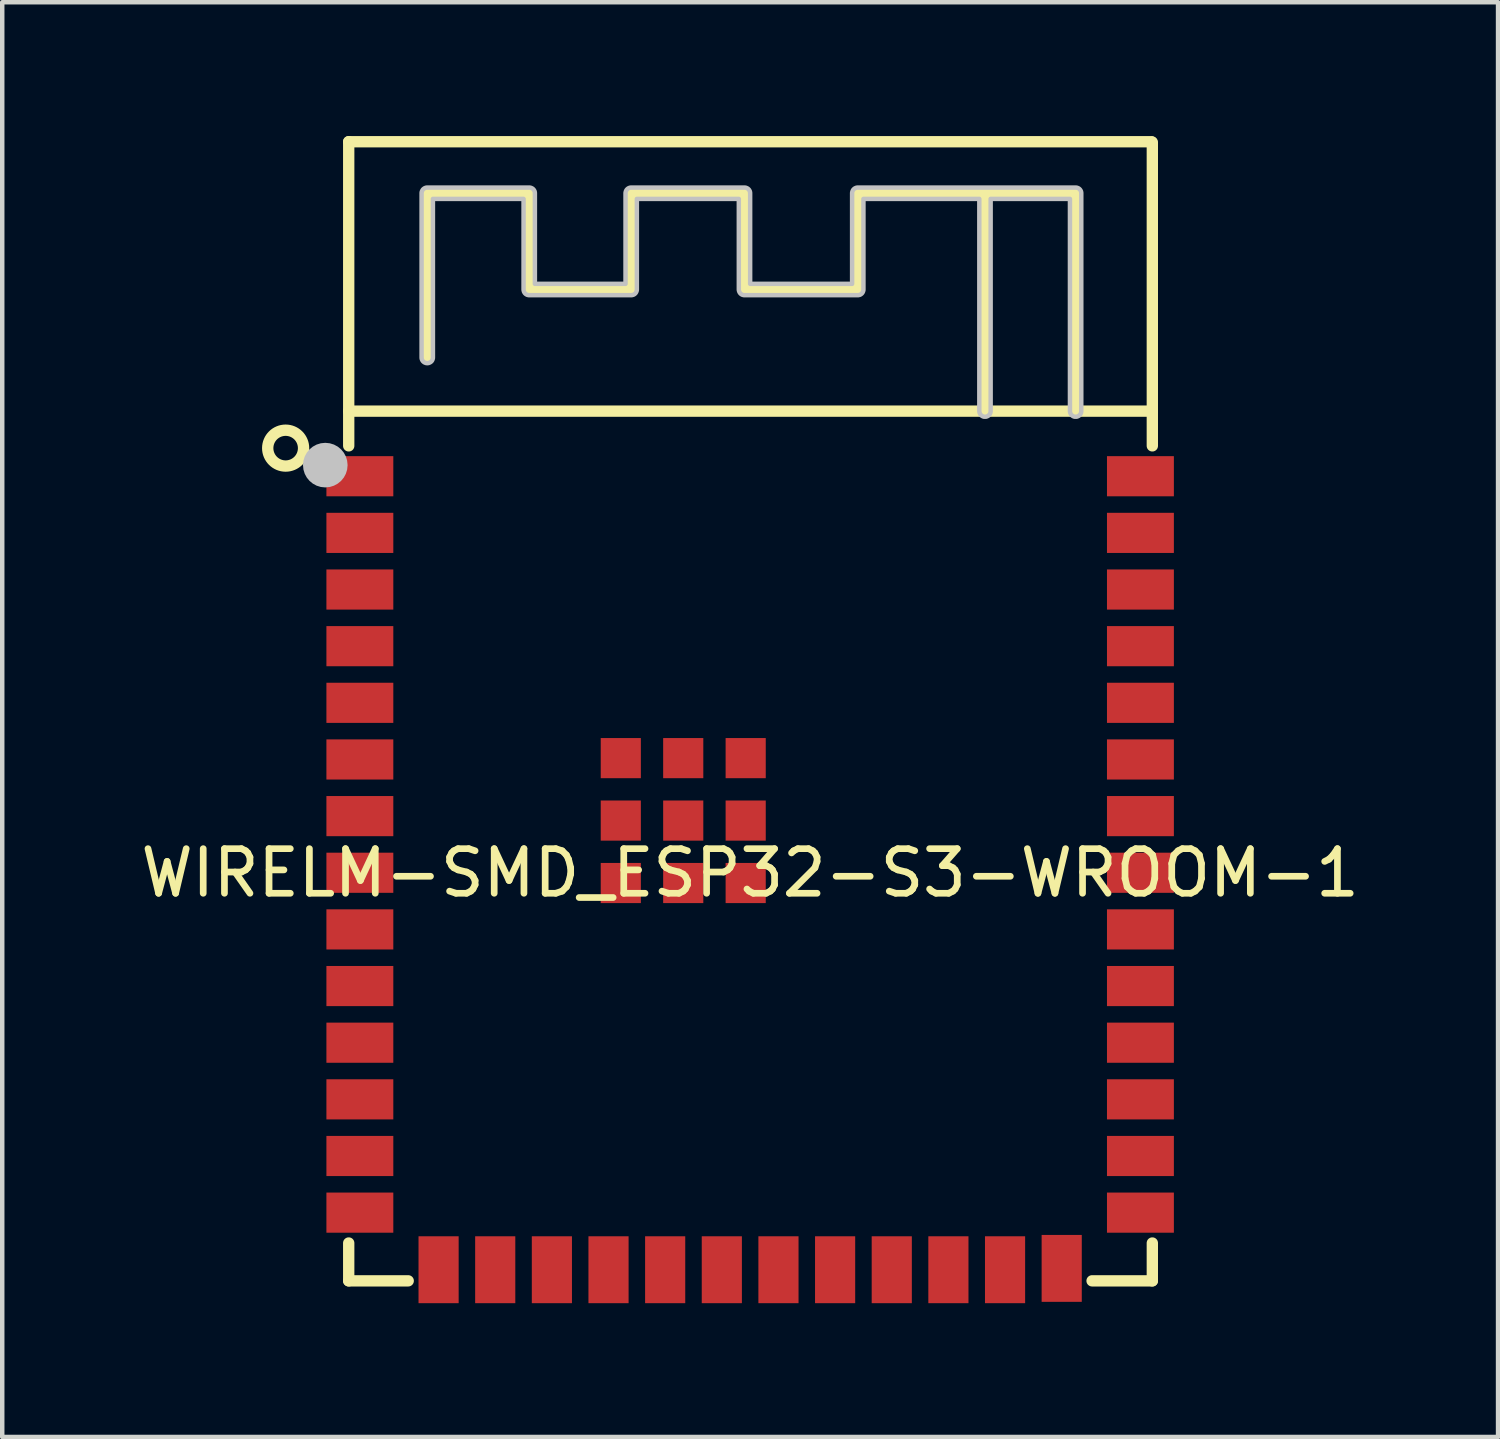
<source format=kicad_pcb>
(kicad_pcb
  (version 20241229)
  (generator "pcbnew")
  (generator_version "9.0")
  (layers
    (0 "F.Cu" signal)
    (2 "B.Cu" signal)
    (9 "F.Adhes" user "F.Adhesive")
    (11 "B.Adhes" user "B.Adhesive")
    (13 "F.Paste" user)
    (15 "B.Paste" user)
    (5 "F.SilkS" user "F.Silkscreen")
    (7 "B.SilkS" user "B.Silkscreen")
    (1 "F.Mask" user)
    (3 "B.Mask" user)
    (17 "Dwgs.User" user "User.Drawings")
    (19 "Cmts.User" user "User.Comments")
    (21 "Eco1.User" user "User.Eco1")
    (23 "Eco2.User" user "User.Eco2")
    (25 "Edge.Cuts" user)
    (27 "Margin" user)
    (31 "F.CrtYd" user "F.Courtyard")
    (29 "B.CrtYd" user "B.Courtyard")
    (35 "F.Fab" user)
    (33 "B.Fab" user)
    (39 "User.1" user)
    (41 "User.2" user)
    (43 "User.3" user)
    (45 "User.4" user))
  (footprint "WIRELM-SMD_ESP32-S3-WROOM-1"
    (layer "F.Cu")
    (at 13.768 16.522)
    (property "Reference" "WIRELM-SMD_ESP32-S3-WROOM-1" (at 0 0 0) (layer "F.SilkS") (effects (font (size 1 1) (thickness 0.15))))
    (fp_line (start -9 -16.395) (end -9 -9.576) (stroke (width 0.254) (type default)) (layer "F.SilkS"))
    (fp_line (start -9 -10.355) (end 9.017 -10.355) (stroke (width 0.254) (type default)) (layer "F.SilkS"))
    (fp_line (start -9 8.296) (end -9 9.144) (stroke (width 0.254) (type default)) (layer "F.SilkS"))
    (fp_line (start -9 9.144) (end -7.666 9.144) (stroke (width 0.254) (type default)) (layer "F.SilkS"))
    (fp_line (start -7.239 -15.24) (end -7.239 -11.557) (stroke (width 0.254) (type default)) (layer "F.SilkS"))
    (fp_line (start -4.953 -15.24) (end -7.239 -15.24) (stroke (width 0.254) (type default)) (layer "F.SilkS"))
    (fp_line (start -4.953 -13.081) (end -4.953 -15.24) (stroke (width 0.254) (type default)) (layer "F.SilkS"))
    (fp_line (start -2.667 -15.24) (end -2.667 -13.081) (stroke (width 0.254) (type default)) (layer "F.SilkS"))
    (fp_line (start -2.667 -13.081) (end -4.953 -13.081) (stroke (width 0.254) (type default)) (layer "F.SilkS"))
    (fp_line (start -0.127 -15.24) (end -2.667 -15.24) (stroke (width 0.254) (type default)) (layer "F.SilkS"))
    (fp_line (start -0.127 -13.081) (end -0.127 -15.24) (stroke (width 0.254) (type default)) (layer "F.SilkS"))
    (fp_line (start 2.413 -15.24) (end 2.413 -13.081) (stroke (width 0.254) (type default)) (layer "F.SilkS"))
    (fp_line (start 2.413 -13.081) (end -0.127 -13.081) (stroke (width 0.254) (type default)) (layer "F.SilkS"))
    (fp_line (start 5.265 -15.24) (end 2.413 -15.24) (stroke (width 0.254) (type default)) (layer "F.SilkS"))
    (fp_line (start 5.265 -10.355) (end 5.265 -15.24) (stroke (width 0.254) (type default)) (layer "F.SilkS"))
    (fp_line (start 7.297 -15.24) (end 5.062 -15.24) (stroke (width 0.254) (type default)) (layer "F.SilkS"))
    (fp_line (start 7.297 -10.355) (end 7.297 -15.24) (stroke (width 0.254) (type default)) (layer "F.SilkS"))
    (fp_line (start 7.666 9.144) (end 9.017 9.144) (stroke (width 0.254) (type default)) (layer "F.SilkS"))
    (fp_line (start 9 -16.395) (end -9 -16.395) (stroke (width 0.254) (type default)) (layer "F.SilkS"))
    (fp_line (start 9.017 -9.576) (end 9.017 -16.383) (stroke (width 0.254) (type default)) (layer "F.SilkS"))
    (fp_line (start 9.017 9.144) (end 9.017 8.296) (stroke (width 0.254) (type default)) (layer "F.SilkS"))
    (fp_circle (center -10.414 -9.525) (end -10.012 -9.525) (stroke (width 0.254) (type default)) (fill no) (layer "F.SilkS"))
    (fp_circle (center -9.525 -9.144) (end -9.275 -9.144) (stroke (width 0.5) (type default)) (fill no) (layer "Dwgs.User"))
    (fp_poly (pts (xy -7.239 -15.367) (xy -7.255 -15.366) (xy -7.272 -15.363) (xy -7.287 -15.357) (xy -7.303 -15.35) (xy -7.316 -15.341) (xy -7.329 -15.33) (xy -7.34 -15.318) (xy -7.349 -15.303) (xy -7.356 -15.289) (xy -7.362 -15.273) (xy -7.365 -15.257) (xy -7.366 -15.24) (xy -7.366 -11.557) (xy -7.365 -11.54) (xy -7.362 -11.524) (xy -7.356 -11.508) (xy -7.349 -11.493) (xy -7.34 -11.479) (xy -7.329 -11.467) (xy -7.316 -11.456) (xy -7.303 -11.447) (xy -7.287 -11.44) (xy -7.272 -11.434) (xy -7.255 -11.431) (xy -7.239 -11.43) (xy -7.223 -11.431) (xy -7.206 -11.434) (xy -7.191 -11.44) (xy -7.176 -11.447) (xy -7.162 -11.456) (xy -7.149 -11.467) (xy -7.138 -11.479) (xy -7.129 -11.493) (xy -7.122 -11.508) (xy -7.117 -11.524) (xy -7.113 -11.54) (xy -7.112 -11.557) (xy -7.112 -15.113) (xy -5.08 -15.113) (xy -5.08 -13.081) (xy -5.079 -13.065) (xy -5.075 -13.048) (xy -5.071 -13.033) (xy -5.063 -13.018) (xy -5.054 -13.004) (xy -5.043 -12.991) (xy -5.03 -12.98) (xy -5.016 -12.971) (xy -5.002 -12.963) (xy -4.986 -12.959) (xy -4.97 -12.955) (xy -4.953 -12.954) (xy -2.667 -12.954) (xy -2.651 -12.955) (xy -2.634 -12.959) (xy -2.619 -12.963) (xy -2.603 -12.971) (xy -2.59 -12.98) (xy -2.577 -12.991) (xy -2.566 -13.004) (xy -2.557 -13.018) (xy -2.55 -13.033) (xy -2.545 -13.048) (xy -2.541 -13.065) (xy -2.54 -13.081) (xy -2.54 -15.113) (xy -0.254 -15.113) (xy -0.254 -13.081) (xy -0.253 -13.065) (xy -0.249 -13.048) (xy -0.244 -13.033) (xy -0.237 -13.018) (xy -0.228 -13.004) (xy -0.217 -12.991) (xy -0.204 -12.98) (xy -0.191 -12.971) (xy -0.175 -12.963) (xy -0.16 -12.959) (xy -0.143 -12.955) (xy -0.127 -12.954) (xy 2.413 -12.954) (xy 2.429 -12.955) (xy 2.446 -12.959) (xy 2.462 -12.963) (xy 2.477 -12.971) (xy 2.49 -12.98) (xy 2.503 -12.991) (xy 2.514 -13.004) (xy 2.523 -13.018) (xy 2.53 -13.033) (xy 2.535 -13.048) (xy 2.539 -13.065) (xy 2.54 -13.081) (xy 2.54 -15.113) (xy 5.062 -15.113) (xy 5.138 -15.113) (xy 5.138 -10.355) (xy 5.139 -10.339) (xy 5.143 -10.322) (xy 5.148 -10.307) (xy 5.155 -10.292) (xy 5.165 -10.278) (xy 5.176 -10.265) (xy 5.188 -10.255) (xy 5.202 -10.245) (xy 5.216 -10.238) (xy 5.232 -10.232) (xy 5.248 -10.229) (xy 5.265 -10.229) (xy 5.282 -10.229) (xy 5.298 -10.232) (xy 5.314 -10.238) (xy 5.329 -10.245) (xy 5.343 -10.255) (xy 5.355 -10.265) (xy 5.366 -10.278) (xy 5.375 -10.292) (xy 5.383 -10.307) (xy 5.388 -10.322) (xy 5.391 -10.339) (xy 5.392 -10.355) (xy 5.392 -15.113) (xy 7.17 -15.113) (xy 7.17 -10.355) (xy 7.171 -10.339) (xy 7.175 -10.322) (xy 7.18 -10.307) (xy 7.187 -10.292) (xy 7.197 -10.278) (xy 7.207 -10.265) (xy 7.22 -10.255) (xy 7.234 -10.245) (xy 7.248 -10.238) (xy 7.264 -10.232) (xy 7.28 -10.229) (xy 7.297 -10.229) (xy 7.314 -10.229) (xy 7.33 -10.232) (xy 7.346 -10.238) (xy 7.361 -10.245) (xy 7.375 -10.255) (xy 7.387 -10.265) (xy 7.398 -10.278) (xy 7.407 -10.292) (xy 7.415 -10.307) (xy 7.42 -10.322) (xy 7.423 -10.339) (xy 7.424 -10.355) (xy 7.424 -15.24) (xy 7.423 -15.257) (xy 7.42 -15.273) (xy 7.415 -15.289) (xy 7.407 -15.303) (xy 7.398 -15.318) (xy 7.387 -15.33) (xy 7.375 -15.341) (xy 7.361 -15.35) (xy 7.346 -15.357) (xy 7.33 -15.363) (xy 7.314 -15.366) (xy 7.297 -15.367) (xy 5.265 -15.367) (xy 5.062 -15.367) (xy 2.413 -15.367) (xy 2.397 -15.366) (xy 2.38 -15.363) (xy 2.365 -15.357) (xy 2.349 -15.35) (xy 2.336 -15.341) (xy 2.323 -15.33) (xy 2.312 -15.318) (xy 2.303 -15.303) (xy 2.296 -15.289) (xy 2.291 -15.273) (xy 2.287 -15.257) (xy 2.286 -15.24) (xy 2.286 -13.208) (xy 0 -13.208) (xy 0 -15.24) (xy -0.001 -15.257) (xy -0.004 -15.273) (xy -0.009 -15.289) (xy -0.017 -15.303) (xy -0.026 -15.318) (xy -0.037 -15.33) (xy -0.05 -15.341) (xy -0.064 -15.35) (xy -0.079 -15.357) (xy -0.094 -15.363) (xy -0.111 -15.366) (xy -0.127 -15.367) (xy -2.667 -15.367) (xy -2.683 -15.366) (xy -2.7 -15.363) (xy -2.716 -15.357) (xy -2.731 -15.35) (xy -2.744 -15.341) (xy -2.757 -15.33) (xy -2.768 -15.318) (xy -2.777 -15.303) (xy -2.784 -15.289) (xy -2.789 -15.273) (xy -2.793 -15.257) (xy -2.794 -15.24) (xy -2.794 -13.208) (xy -4.826 -13.208) (xy -4.826 -15.24) (xy -4.827 -15.257) (xy -4.83 -15.273) (xy -4.835 -15.289) (xy -4.843 -15.303) (xy -4.852 -15.318) (xy -4.863 -15.33) (xy -4.875 -15.341) (xy -4.889 -15.35) (xy -4.904 -15.357) (xy -4.92 -15.363) (xy -4.936 -15.366) (xy -4.953 -15.367)) (stroke (width 0.1) (type default)) (fill no) (layer "Dwgs.User"))
    (fp_poly (pts (xy -9 -9.345) (xy -8.1 -9.345) (xy -8.1 -8.445) (xy -9 -8.445)) (stroke (width 0.1) (type default)) (fill no) (layer "User.1"))
    (fp_poly (pts (xy -9 -8.075) (xy -8.1 -8.075) (xy -8.1 -7.175) (xy -9 -7.175)) (stroke (width 0.1) (type default)) (fill no) (layer "User.1"))
    (fp_poly (pts (xy -9 -6.805) (xy -8.1 -6.805) (xy -8.1 -5.905) (xy -9 -5.905)) (stroke (width 0.1) (type default)) (fill no) (layer "User.1"))
    (fp_poly (pts (xy -9 -5.535) (xy -8.1 -5.535) (xy -8.1 -4.635) (xy -9 -4.635)) (stroke (width 0.1) (type default)) (fill no) (layer "User.1"))
    (fp_poly (pts (xy -9 -4.265) (xy -8.1 -4.265) (xy -8.1 -3.365) (xy -9 -3.365)) (stroke (width 0.1) (type default)) (fill no) (layer "User.1"))
    (fp_poly (pts (xy -9 -2.995) (xy -8.1 -2.995) (xy -8.1 -2.095) (xy -9 -2.095)) (stroke (width 0.1) (type default)) (fill no) (layer "User.1"))
    (fp_poly (pts (xy -9 -1.725) (xy -8.1 -1.725) (xy -8.1 -0.825) (xy -9 -0.825)) (stroke (width 0.1) (type default)) (fill no) (layer "User.1"))
    (fp_poly (pts (xy -9 -0.455) (xy -8.1 -0.455) (xy -8.1 0.445) (xy -9 0.445)) (stroke (width 0.1) (type default)) (fill no) (layer "User.1"))
    (fp_poly (pts (xy -9 0.815) (xy -8.1 0.815) (xy -8.1 1.715) (xy -9 1.715)) (stroke (width 0.1) (type default)) (fill no) (layer "User.1"))
    (fp_poly (pts (xy -9 2.085) (xy -8.1 2.085) (xy -8.1 2.985) (xy -9 2.985)) (stroke (width 0.1) (type default)) (fill no) (layer "User.1"))
    (fp_poly (pts (xy -9 3.355) (xy -8.1 3.355) (xy -8.1 4.255) (xy -9 4.255)) (stroke (width 0.1) (type default)) (fill no) (layer "User.1"))
    (fp_poly (pts (xy -9 4.625) (xy -8.1 4.625) (xy -8.1 5.525) (xy -9 5.525)) (stroke (width 0.1) (type default)) (fill no) (layer "User.1"))
    (fp_poly (pts (xy -9 5.895) (xy -8.1 5.895) (xy -8.1 6.795) (xy -9 6.795)) (stroke (width 0.1) (type default)) (fill no) (layer "User.1"))
    (fp_poly (pts (xy -9 7.165) (xy -8.1 7.165) (xy -8.1 8.065) (xy -9 8.065)) (stroke (width 0.1) (type default)) (fill no) (layer "User.1"))
    (fp_poly (pts (xy -6.535 8.205) (xy -6.535 9.105) (xy -7.435 9.105) (xy -7.435 8.205)) (stroke (width 0.1) (type default)) (fill no) (layer "User.1"))
    (fp_poly (pts (xy -5.265 8.205) (xy -5.265 9.105) (xy -6.165 9.105) (xy -6.165 8.205)) (stroke (width 0.1) (type default)) (fill no) (layer "User.1"))
    (fp_poly (pts (xy -3.995 8.205) (xy -3.995 9.105) (xy -4.895 9.105) (xy -4.895 8.205)) (stroke (width 0.1) (type default)) (fill no) (layer "User.1"))
    (fp_poly (pts (xy -3.35 -2.125) (xy -3.35 -3.025) (xy -2.45 -3.025) (xy -2.45 -2.125)) (stroke (width 0.1) (type default)) (fill no) (layer "User.1"))
    (fp_poly (pts (xy -3.35 -0.725) (xy -3.35 -1.625) (xy -2.45 -1.625) (xy -2.45 -0.725)) (stroke (width 0.1) (type default)) (fill no) (layer "User.1"))
    (fp_poly (pts (xy -3.35 0.675) (xy -3.35 -0.225) (xy -2.45 -0.225) (xy -2.45 0.675)) (stroke (width 0.1) (type default)) (fill no) (layer "User.1"))
    (fp_poly (pts (xy -2.725 8.205) (xy -2.725 9.105) (xy -3.625 9.105) (xy -3.625 8.205)) (stroke (width 0.1) (type default)) (fill no) (layer "User.1"))
    (fp_poly (pts (xy -1.95 -2.125) (xy -1.95 -3.025) (xy -1.05 -3.025) (xy -1.05 -2.125)) (stroke (width 0.1) (type default)) (fill no) (layer "User.1"))
    (fp_poly (pts (xy -1.95 -0.725) (xy -1.95 -1.625) (xy -1.05 -1.625) (xy -1.05 -0.725)) (stroke (width 0.1) (type default)) (fill no) (layer "User.1"))
    (fp_poly (pts (xy -1.95 0.675) (xy -1.95 -0.225) (xy -1.05 -0.225) (xy -1.05 0.675)) (stroke (width 0.1) (type default)) (fill no) (layer "User.1"))
    (fp_poly (pts (xy -1.455 8.205) (xy -1.455 9.105) (xy -2.355 9.105) (xy -2.355 8.205)) (stroke (width 0.1) (type default)) (fill no) (layer "User.1"))
    (fp_poly (pts (xy -0.55 -2.125) (xy -0.55 -3.025) (xy 0.35 -3.025) (xy 0.35 -2.125)) (stroke (width 0.1) (type default)) (fill no) (layer "User.1"))
    (fp_poly (pts (xy -0.55 -0.725) (xy -0.55 -1.625) (xy 0.35 -1.625) (xy 0.35 -0.725)) (stroke (width 0.1) (type default)) (fill no) (layer "User.1"))
    (fp_poly (pts (xy -0.55 0.675) (xy -0.55 -0.225) (xy 0.35 -0.225) (xy 0.35 0.675)) (stroke (width 0.1) (type default)) (fill no) (layer "User.1"))
    (fp_poly (pts (xy -0.185 8.205) (xy -0.185 9.105) (xy -1.085 9.105) (xy -1.085 8.205)) (stroke (width 0.1) (type default)) (fill no) (layer "User.1"))
    (fp_poly (pts (xy 1.085 8.205) (xy 1.085 9.105) (xy 0.185 9.105) (xy 0.185 8.205)) (stroke (width 0.1) (type default)) (fill no) (layer "User.1"))
    (fp_poly (pts (xy 2.355 8.205) (xy 2.355 9.105) (xy 1.455 9.105) (xy 1.455 8.205)) (stroke (width 0.1) (type default)) (fill no) (layer "User.1"))
    (fp_poly (pts (xy 3.625 8.205) (xy 3.625 9.105) (xy 2.725 9.105) (xy 2.725 8.205)) (stroke (width 0.1) (type default)) (fill no) (layer "User.1"))
    (fp_poly (pts (xy 4.895 8.205) (xy 4.895 9.105) (xy 3.995 9.105) (xy 3.995 8.205)) (stroke (width 0.1) (type default)) (fill no) (layer "User.1"))
    (fp_poly (pts (xy 6.165 8.205) (xy 6.165 9.105) (xy 5.265 9.105) (xy 5.265 8.205)) (stroke (width 0.1) (type default)) (fill no) (layer "User.1"))
    (fp_poly (pts (xy 7.435 8.205) (xy 7.435 9.105) (xy 6.535 9.105) (xy 6.535 8.205)) (stroke (width 0.1) (type default)) (fill no) (layer "User.1"))
    (fp_poly (pts (xy 9 -8.445) (xy 8.1 -8.445) (xy 8.1 -9.345) (xy 9 -9.345)) (stroke (width 0.1) (type default)) (fill no) (layer "User.1"))
    (fp_poly (pts (xy 9 -7.175) (xy 8.1 -7.175) (xy 8.1 -8.075) (xy 9 -8.075)) (stroke (width 0.1) (type default)) (fill no) (layer "User.1"))
    (fp_poly (pts (xy 9 -5.905) (xy 8.1 -5.905) (xy 8.1 -6.805) (xy 9 -6.805)) (stroke (width 0.1) (type default)) (fill no) (layer "User.1"))
    (fp_poly (pts (xy 9 -4.635) (xy 8.1 -4.635) (xy 8.1 -5.535) (xy 9 -5.535)) (stroke (width 0.1) (type default)) (fill no) (layer "User.1"))
    (fp_poly (pts (xy 9 -3.365) (xy 8.1 -3.365) (xy 8.1 -4.265) (xy 9 -4.265)) (stroke (width 0.1) (type default)) (fill no) (layer "User.1"))
    (fp_poly (pts (xy 9 -2.095) (xy 8.1 -2.095) (xy 8.1 -2.995) (xy 9 -2.995)) (stroke (width 0.1) (type default)) (fill no) (layer "User.1"))
    (fp_poly (pts (xy 9 -0.825) (xy 8.1 -0.825) (xy 8.1 -1.725) (xy 9 -1.725)) (stroke (width 0.1) (type default)) (fill no) (layer "User.1"))
    (fp_poly (pts (xy 9 0.445) (xy 8.1 0.445) (xy 8.1 -0.455) (xy 9 -0.455)) (stroke (width 0.1) (type default)) (fill no) (layer "User.1"))
    (fp_poly (pts (xy 9 1.715) (xy 8.1 1.715) (xy 8.1 0.815) (xy 9 0.815)) (stroke (width 0.1) (type default)) (fill no) (layer "User.1"))
    (fp_poly (pts (xy 9 2.985) (xy 8.1 2.985) (xy 8.1 2.085) (xy 9 2.085)) (stroke (width 0.1) (type default)) (fill no) (layer "User.1"))
    (fp_poly (pts (xy 9 4.255) (xy 8.1 4.255) (xy 8.1 3.355) (xy 9 3.355)) (stroke (width 0.1) (type default)) (fill no) (layer "User.1"))
    (fp_poly (pts (xy 9 5.525) (xy 8.1 5.525) (xy 8.1 4.625) (xy 9 4.625)) (stroke (width 0.1) (type default)) (fill no) (layer "User.1"))
    (fp_poly (pts (xy 9 6.795) (xy 8.1 6.795) (xy 8.1 5.895) (xy 9 5.895)) (stroke (width 0.1) (type default)) (fill no) (layer "User.1"))
    (fp_poly (pts (xy 9 8.065) (xy 8.1 8.065) (xy 8.1 7.165) (xy 9 7.165)) (stroke (width 0.1) (type default)) (fill no) (layer "User.1"))
    (fp_line (start -9 -16.395) (end 9 -16.395) (stroke (width 0.051) (type default)) (layer "User.2"))
    (fp_line (start -9 9.105) (end -9 -16.395) (stroke (width 0.051) (type default)) (layer "User.2"))
    (fp_line (start 9 -16.395) (end 9 9.105) (stroke (width 0.051) (type default)) (layer "User.2"))
    (fp_line (start 9 9.105) (end -9 9.105) (stroke (width 0.051) (type default)) (layer "User.2"))
    (fp_poly (pts (xy -8.94 -16.395) (xy -8.958 -16.437) (xy -9 -16.455) (xy -9.042 -16.437) (xy -9.06 -16.395) (xy -9.042 -16.353) (xy -9 -16.335) (xy -8.958 -16.353)) (stroke (width 0.1) (type default)) (fill no) (layer "User.3"))
    (pad "1" smd rect (at -8.75 -8.895) (size 1.5 0.9) (layers "F.Cu" "F.Mask" "F.Paste"))
    (pad "2" smd rect (at -8.75 -7.625) (size 1.5 0.9) (layers "F.Cu" "F.Mask" "F.Paste"))
    (pad "3" smd rect (at -8.75 -6.355) (size 1.5 0.9) (layers "F.Cu" "F.Mask" "F.Paste"))
    (pad "4" smd rect (at -8.75 -5.085) (size 1.5 0.9) (layers "F.Cu" "F.Mask" "F.Paste"))
    (pad "5" smd rect (at -8.75 -3.815) (size 1.5 0.9) (layers "F.Cu" "F.Mask" "F.Paste"))
    (pad "6" smd rect (at -8.75 -2.545) (size 1.5 0.9) (layers "F.Cu" "F.Mask" "F.Paste"))
    (pad "7" smd rect (at -8.75 -1.275) (size 1.5 0.9) (layers "F.Cu" "F.Mask" "F.Paste"))
    (pad "8" smd rect (at -8.75 -0.005) (size 1.5 0.9) (layers "F.Cu" "F.Mask" "F.Paste"))
    (pad "9" smd rect (at -8.75 1.265) (size 1.5 0.9) (layers "F.Cu" "F.Mask" "F.Paste"))
    (pad "10" smd rect (at -8.75 2.535) (size 1.5 0.9) (layers "F.Cu" "F.Mask" "F.Paste"))
    (pad "11" smd rect (at -8.75 3.805) (size 1.5 0.9) (layers "F.Cu" "F.Mask" "F.Paste"))
    (pad "12" smd rect (at -8.75 5.075) (size 1.5 0.9) (layers "F.Cu" "F.Mask" "F.Paste"))
    (pad "13" smd rect (at -8.75 6.345) (size 1.5 0.9) (layers "F.Cu" "F.Mask" "F.Paste"))
    (pad "14" smd rect (at -8.75 7.615) (size 1.5 0.9) (layers "F.Cu" "F.Mask" "F.Paste"))
    (pad "15" smd rect (at -6.985 8.895 90) (size 1.5 0.9) (layers "F.Cu" "F.Mask" "F.Paste"))
    (pad "16" smd rect (at -5.715 8.895 90) (size 1.5 0.9) (layers "F.Cu" "F.Mask" "F.Paste"))
    (pad "17" smd rect (at -4.445 8.895 90) (size 1.5 0.9) (layers "F.Cu" "F.Mask" "F.Paste"))
    (pad "18" smd rect (at -3.175 8.895 90) (size 1.5 0.9) (layers "F.Cu" "F.Mask" "F.Paste"))
    (pad "19" smd rect (at -1.905 8.895 90) (size 1.5 0.9) (layers "F.Cu" "F.Mask" "F.Paste"))
    (pad "20" smd rect (at -0.635 8.895 90) (size 1.5 0.9) (layers "F.Cu" "F.Mask" "F.Paste"))
    (pad "21" smd rect (at 0.635 8.895 90) (size 1.5 0.9) (layers "F.Cu" "F.Mask" "F.Paste"))
    (pad "22" smd rect (at 1.905 8.895 90) (size 1.5 0.9) (layers "F.Cu" "F.Mask" "F.Paste"))
    (pad "23" smd rect (at 3.175 8.895 90) (size 1.5 0.9) (layers "F.Cu" "F.Mask" "F.Paste"))
    (pad "24" smd rect (at 4.445 8.895 90) (size 1.5 0.9) (layers "F.Cu" "F.Mask" "F.Paste"))
    (pad "25" smd rect (at 5.715 8.895 90) (size 1.5 0.9) (layers "F.Cu" "F.Mask" "F.Paste"))
    (pad "26" smd rect (at 6.985 8.865 90) (size 1.5 0.9) (layers "F.Cu" "F.Mask" "F.Paste"))
    (pad "27" smd rect (at 8.75 7.615 180) (size 1.5 0.9) (layers "F.Cu" "F.Mask" "F.Paste"))
    (pad "28" smd rect (at 8.75 6.345 180) (size 1.5 0.9) (layers "F.Cu" "F.Mask" "F.Paste"))
    (pad "29" smd rect (at 8.75 5.075 180) (size 1.5 0.9) (layers "F.Cu" "F.Mask" "F.Paste"))
    (pad "30" smd rect (at 8.75 3.805 180) (size 1.5 0.9) (layers "F.Cu" "F.Mask" "F.Paste"))
    (pad "31" smd rect (at 8.75 2.535 180) (size 1.5 0.9) (layers "F.Cu" "F.Mask" "F.Paste"))
    (pad "32" smd rect (at 8.75 1.265 180) (size 1.5 0.9) (layers "F.Cu" "F.Mask" "F.Paste"))
    (pad "33" smd rect (at 8.75 -0.005 180) (size 1.5 0.9) (layers "F.Cu" "F.Mask" "F.Paste"))
    (pad "34" smd rect (at 8.75 -1.275 180) (size 1.5 0.9) (layers "F.Cu" "F.Mask" "F.Paste"))
    (pad "35" smd rect (at 8.75 -2.545 180) (size 1.5 0.9) (layers "F.Cu" "F.Mask" "F.Paste"))
    (pad "36" smd rect (at 8.75 -3.815 180) (size 1.5 0.9) (layers "F.Cu" "F.Mask" "F.Paste"))
    (pad "37" smd rect (at 8.75 -5.085 180) (size 1.5 0.9) (layers "F.Cu" "F.Mask" "F.Paste"))
    (pad "38" smd rect (at 8.75 -6.355 180) (size 1.5 0.9) (layers "F.Cu" "F.Mask" "F.Paste"))
    (pad "39" smd rect (at 8.75 -7.625 180) (size 1.5 0.9) (layers "F.Cu" "F.Mask" "F.Paste"))
    (pad "40" smd rect (at 8.75 -8.895 180) (size 1.5 0.9) (layers "F.Cu" "F.Mask" "F.Paste"))
    (pad "41" smd rect (at -2.9 -2.575 90) (size 0.9 0.9) (layers "F.Cu" "F.Mask" "F.Paste"))
    (pad "41" smd rect (at -2.9 -1.175 90) (size 0.9 0.9) (layers "F.Cu" "F.Mask" "F.Paste"))
    (pad "41" smd rect (at -2.9 0.225 90) (size 0.9 0.9) (layers "F.Cu" "F.Mask" "F.Paste"))
    (pad "41" smd rect (at -1.5 -2.575 90) (size 0.9 0.9) (layers "F.Cu" "F.Mask" "F.Paste"))
    (pad "41" smd rect (at -1.5 -1.175 90) (size 0.9 0.9) (layers "F.Cu" "F.Mask" "F.Paste"))
    (pad "41" smd rect (at -1.5 0.225 90) (size 0.9 0.9) (layers "F.Cu" "F.Mask" "F.Paste"))
    (pad "41" smd rect (at -0.1 -2.575 90) (size 0.9 0.9) (layers "F.Cu" "F.Mask" "F.Paste"))
    (pad "41" smd rect (at -0.1 -1.175 90) (size 0.9 0.9) (layers "F.Cu" "F.Mask" "F.Paste"))
    (pad "41" smd rect (at -0.1 0.225 90) (size 0.9 0.9) (layers "F.Cu" "F.Mask" "F.Paste")))
  (gr_rect
    (start -3 -3)
    (end 30.536 29.167)
    (stroke (width 0.1) (type default))
    (fill no)
    (layer "Edge.Cuts")))
</source>
